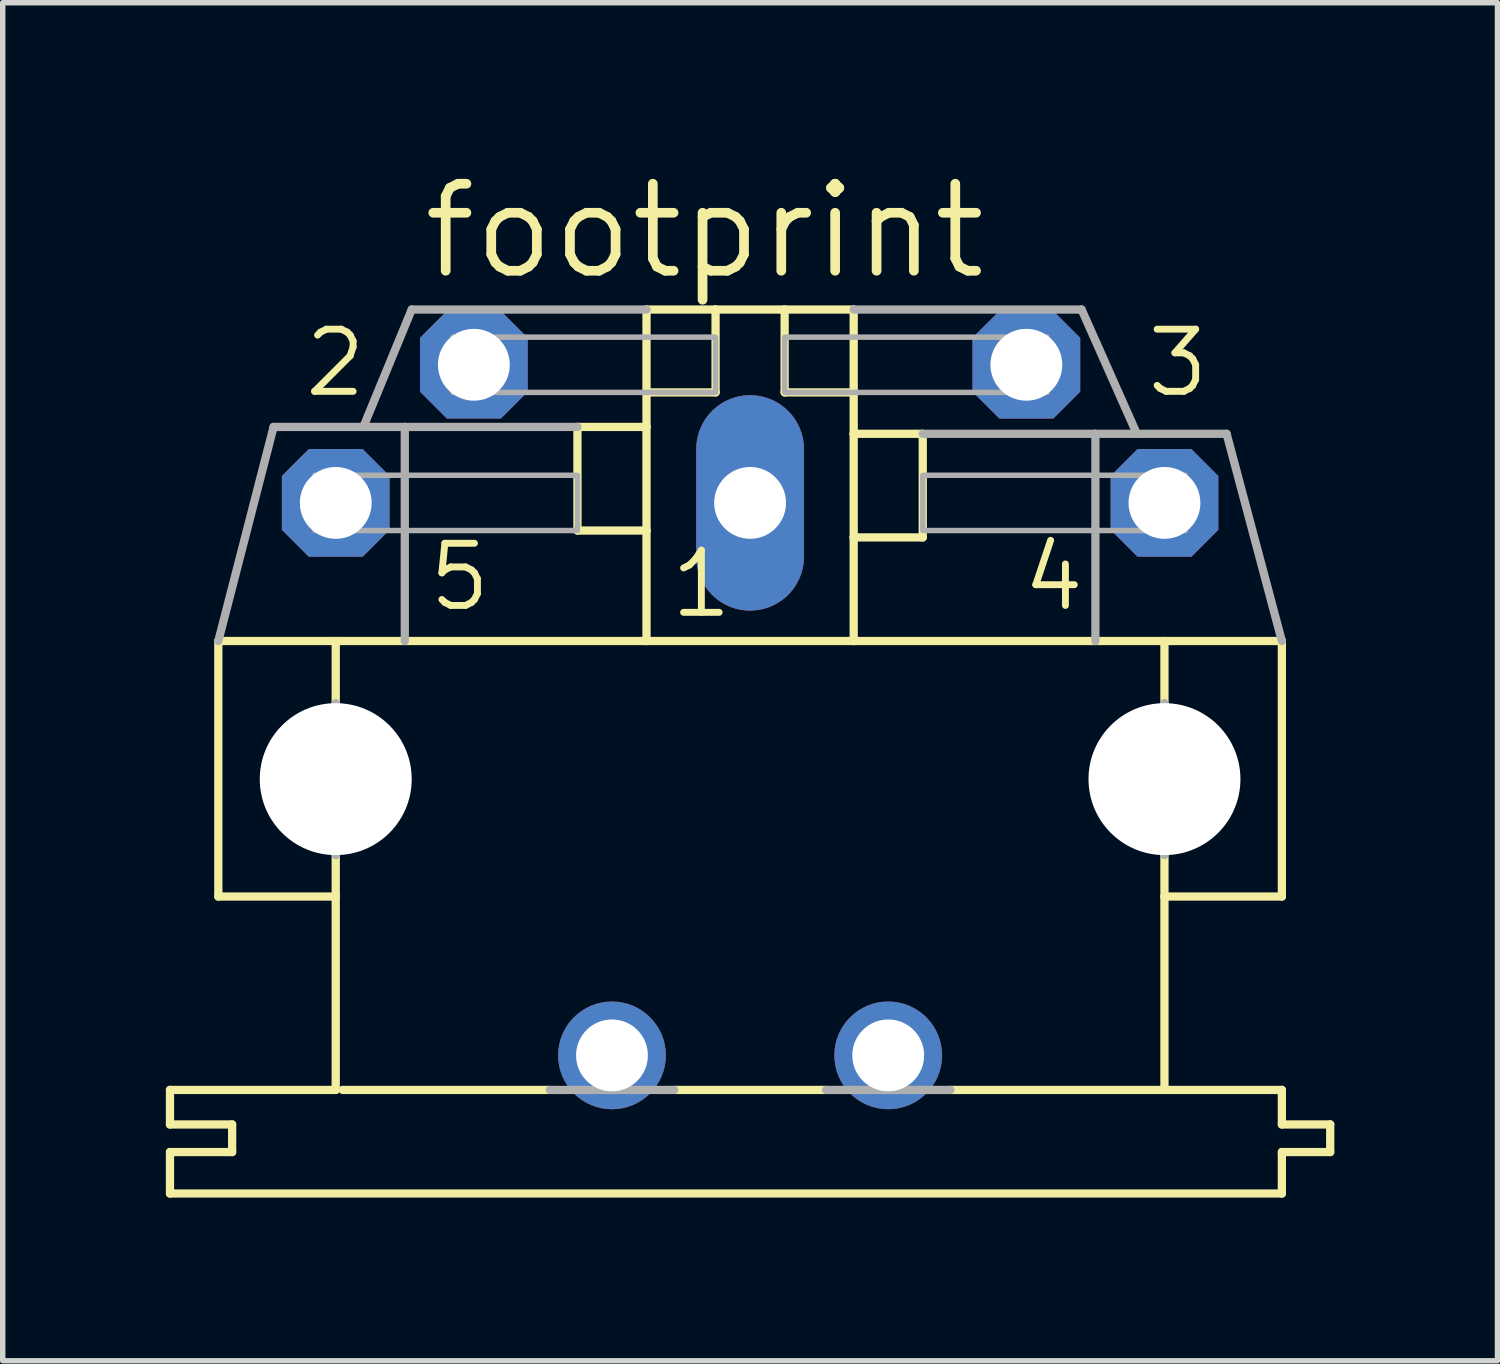
<source format=kicad_pcb>
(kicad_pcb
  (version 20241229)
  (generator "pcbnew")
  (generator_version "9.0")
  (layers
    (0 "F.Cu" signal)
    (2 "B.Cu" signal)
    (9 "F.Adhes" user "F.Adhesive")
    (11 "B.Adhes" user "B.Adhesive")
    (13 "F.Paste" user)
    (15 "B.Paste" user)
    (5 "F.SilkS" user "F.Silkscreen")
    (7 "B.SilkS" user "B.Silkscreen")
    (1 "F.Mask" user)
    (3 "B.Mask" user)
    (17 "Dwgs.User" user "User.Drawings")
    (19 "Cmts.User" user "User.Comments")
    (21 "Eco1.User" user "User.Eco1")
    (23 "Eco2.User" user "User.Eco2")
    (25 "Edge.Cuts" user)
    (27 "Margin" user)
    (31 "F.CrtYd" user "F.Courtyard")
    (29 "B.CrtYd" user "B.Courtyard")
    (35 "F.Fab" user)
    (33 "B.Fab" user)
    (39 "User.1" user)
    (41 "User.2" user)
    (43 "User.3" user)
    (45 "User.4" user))
  (footprint "footprint"
    (layer "F.Cu")
    (at 10.744 11.278)
    (property "Reference" "footprint" (at -6.096 -9.144 0) (layer "F.SilkS") (effects (font (size 1.6 1.6) (thickness 0.178)) (justify left bottom)))
    (fp_line (start -10.668 6.35) (end -10.668 5.715) (stroke (width 0.152) (type solid)) (layer "F.SilkS"))
    (fp_line (start -10.668 6.35) (end -9.525 6.35) (stroke (width 0.152) (type solid)) (layer "F.SilkS"))
    (fp_line (start -10.668 7.62) (end -10.668 6.858) (stroke (width 0.152) (type solid)) (layer "F.SilkS"))
    (fp_line (start -10.668 7.62) (end 9.779 7.62) (stroke (width 0.152) (type solid)) (layer "F.SilkS"))
    (fp_line (start -9.779 2.159) (end -9.779 -2.54) (stroke (width 0.152) (type solid)) (layer "F.SilkS"))
    (fp_line (start -9.779 2.159) (end -7.62 2.159) (stroke (width 0.152) (type solid)) (layer "F.SilkS"))
    (fp_line (start -9.525 6.858) (end -10.668 6.858) (stroke (width 0.152) (type solid)) (layer "F.SilkS"))
    (fp_line (start -9.525 6.858) (end -9.525 6.35) (stroke (width 0.152) (type solid)) (layer "F.SilkS"))
    (fp_line (start -7.62 -2.54) (end -9.779 -2.54) (stroke (width 0.152) (type solid)) (layer "F.SilkS"))
    (fp_line (start -7.62 -2.54) (end -7.62 -1.397) (stroke (width 0.152) (type solid)) (layer "F.SilkS"))
    (fp_line (start -7.62 2.159) (end -7.62 1.397) (stroke (width 0.152) (type solid)) (layer "F.SilkS"))
    (fp_line (start -7.62 5.715) (end -10.668 5.715) (stroke (width 0.152) (type solid)) (layer "F.SilkS"))
    (fp_line (start -7.62 5.715) (end -7.62 2.159) (stroke (width 0.152) (type solid)) (layer "F.SilkS"))
    (fp_line (start -7.493 5.715) (end -3.683 5.715) (stroke (width 0.152) (type solid)) (layer "F.SilkS"))
    (fp_line (start -3.175 -6.477) (end -3.175 -4.572) (stroke (width 0.152) (type solid)) (layer "F.SilkS"))
    (fp_line (start -1.905 -8.636) (end -1.905 -7.112) (stroke (width 0.152) (type solid)) (layer "F.SilkS"))
    (fp_line (start -1.905 -7.112) (end -1.905 -6.477) (stroke (width 0.152) (type solid)) (layer "F.SilkS"))
    (fp_line (start -1.905 -7.112) (end -0.635 -7.112) (stroke (width 0.152) (type solid)) (layer "F.SilkS"))
    (fp_line (start -1.905 -6.477) (end -3.175 -6.477) (stroke (width 0.152) (type solid)) (layer "F.SilkS"))
    (fp_line (start -1.905 -6.477) (end -1.905 -4.572) (stroke (width 0.152) (type solid)) (layer "F.SilkS"))
    (fp_line (start -1.905 -4.572) (end -3.175 -4.572) (stroke (width 0.152) (type solid)) (layer "F.SilkS"))
    (fp_line (start -1.905 -4.572) (end -1.905 -2.54) (stroke (width 0.152) (type solid)) (layer "F.SilkS"))
    (fp_line (start -1.905 -2.54) (end -7.62 -2.54) (stroke (width 0.152) (type solid)) (layer "F.SilkS"))
    (fp_line (start -1.397 5.715) (end 1.397 5.715) (stroke (width 0.152) (type solid)) (layer "F.SilkS"))
    (fp_line (start -0.635 -8.636) (end -1.905 -8.636) (stroke (width 0.152) (type solid)) (layer "F.SilkS"))
    (fp_line (start -0.635 -8.636) (end -0.635 -7.112) (stroke (width 0.152) (type solid)) (layer "F.SilkS"))
    (fp_line (start 0.635 -8.636) (end -0.635 -8.636) (stroke (width 0.152) (type solid)) (layer "F.SilkS"))
    (fp_line (start 0.635 -8.636) (end 0.635 -7.112) (stroke (width 0.152) (type solid)) (layer "F.SilkS"))
    (fp_line (start 1.905 -8.636) (end 0.635 -8.636) (stroke (width 0.152) (type solid)) (layer "F.SilkS"))
    (fp_line (start 1.905 -8.636) (end 1.905 -7.112) (stroke (width 0.152) (type solid)) (layer "F.SilkS"))
    (fp_line (start 1.905 -7.112) (end 0.635 -7.112) (stroke (width 0.152) (type solid)) (layer "F.SilkS"))
    (fp_line (start 1.905 -7.112) (end 1.905 -6.35) (stroke (width 0.152) (type solid)) (layer "F.SilkS"))
    (fp_line (start 1.905 -6.35) (end 1.905 -4.445) (stroke (width 0.152) (type solid)) (layer "F.SilkS"))
    (fp_line (start 1.905 -4.445) (end 1.905 -2.54) (stroke (width 0.152) (type solid)) (layer "F.SilkS"))
    (fp_line (start 1.905 -4.445) (end 3.175 -4.445) (stroke (width 0.152) (type solid)) (layer "F.SilkS"))
    (fp_line (start 1.905 -2.54) (end -1.905 -2.54) (stroke (width 0.152) (type solid)) (layer "F.SilkS"))
    (fp_line (start 3.175 -6.35) (end 1.905 -6.35) (stroke (width 0.152) (type solid)) (layer "F.SilkS"))
    (fp_line (start 3.175 -6.35) (end 3.175 -4.445) (stroke (width 0.152) (type solid)) (layer "F.SilkS"))
    (fp_line (start 3.683 5.715) (end 7.62 5.715) (stroke (width 0.152) (type solid)) (layer "F.SilkS"))
    (fp_line (start 7.62 -2.54) (end 1.905 -2.54) (stroke (width 0.152) (type solid)) (layer "F.SilkS"))
    (fp_line (start 7.62 -2.54) (end 7.62 -1.397) (stroke (width 0.152) (type solid)) (layer "F.SilkS"))
    (fp_line (start 7.62 2.159) (end 7.62 1.397) (stroke (width 0.152) (type solid)) (layer "F.SilkS"))
    (fp_line (start 7.62 5.715) (end 7.62 2.159) (stroke (width 0.152) (type solid)) (layer "F.SilkS"))
    (fp_line (start 9.779 -2.54) (end 7.62 -2.54) (stroke (width 0.152) (type solid)) (layer "F.SilkS"))
    (fp_line (start 9.779 2.159) (end 7.62 2.159) (stroke (width 0.152) (type solid)) (layer "F.SilkS"))
    (fp_line (start 9.779 2.159) (end 9.779 -2.54) (stroke (width 0.152) (type solid)) (layer "F.SilkS"))
    (fp_line (start 9.779 5.715) (end 7.62 5.715) (stroke (width 0.152) (type solid)) (layer "F.SilkS"))
    (fp_line (start 9.779 5.715) (end 9.779 6.35) (stroke (width 0.152) (type solid)) (layer "F.SilkS"))
    (fp_line (start 9.779 7.62) (end 9.779 6.858) (stroke (width 0.152) (type solid)) (layer "F.SilkS"))
    (fp_line (start 10.668 6.35) (end 9.779 6.35) (stroke (width 0.152) (type solid)) (layer "F.SilkS"))
    (fp_line (start 10.668 6.858) (end 9.779 6.858) (stroke (width 0.152) (type solid)) (layer "F.SilkS"))
    (fp_line (start 10.668 6.858) (end 10.668 6.35) (stroke (width 0.152) (type solid)) (layer "F.SilkS"))
    (fp_line (start -8.763 -6.477) (end -9.779 -2.54) (stroke (width 0.152) (type solid)) (layer "F.Fab"))
    (fp_line (start -8.763 -6.477) (end -7.112 -6.477) (stroke (width 0.152) (type solid)) (layer "F.Fab"))
    (fp_line (start -7.62 -1.397) (end -7.62 1.397) (stroke (width 0.152) (type solid)) (layer "F.Fab"))
    (fp_line (start -7.112 -6.477) (end -6.223 -8.636) (stroke (width 0.152) (type solid)) (layer "F.Fab"))
    (fp_line (start -6.35 -6.477) (end -7.112 -6.477) (stroke (width 0.152) (type solid)) (layer "F.Fab"))
    (fp_line (start -6.35 -6.477) (end -6.35 -2.54) (stroke (width 0.152) (type solid)) (layer "F.Fab"))
    (fp_line (start -3.175 -6.477) (end -6.35 -6.477) (stroke (width 0.152) (type solid)) (layer "F.Fab"))
    (fp_line (start -1.905 -8.636) (end -6.223 -8.636) (stroke (width 0.152) (type solid)) (layer "F.Fab"))
    (fp_line (start -1.397 5.715) (end -3.683 5.715) (stroke (width 0.152) (type solid)) (layer "F.Fab"))
    (fp_line (start 3.683 5.715) (end 1.397 5.715) (stroke (width 0.152) (type solid)) (layer "F.Fab"))
    (fp_line (start 6.096 -8.636) (end 1.905 -8.636) (stroke (width 0.152) (type solid)) (layer "F.Fab"))
    (fp_line (start 6.096 -8.636) (end 7.112 -6.35) (stroke (width 0.152) (type solid)) (layer "F.Fab"))
    (fp_line (start 6.35 -6.35) (end 3.175 -6.35) (stroke (width 0.152) (type solid)) (layer "F.Fab"))
    (fp_line (start 6.35 -6.35) (end 6.35 -2.54) (stroke (width 0.152) (type solid)) (layer "F.Fab"))
    (fp_line (start 7.112 -6.35) (end 6.35 -6.35) (stroke (width 0.152) (type solid)) (layer "F.Fab"))
    (fp_line (start 7.62 -1.397) (end 7.62 1.397) (stroke (width 0.152) (type solid)) (layer "F.Fab"))
    (fp_line (start 8.763 -6.35) (end 7.112 -6.35) (stroke (width 0.152) (type solid)) (layer "F.Fab"))
    (fp_line (start 8.763 -6.35) (end 9.779 -2.54) (stroke (width 0.152) (type solid)) (layer "F.Fab"))
    (fp_poly (pts (xy -8.001 -4.572) (xy -3.175 -4.572) (xy -3.175 -5.588) (xy -8.001 -5.588)) (stroke (width 0.1) (type solid)) (fill no) (layer "F.Fab"))
    (fp_poly (pts (xy -5.461 -7.112) (xy -0.635 -7.112) (xy -0.635 -8.128) (xy -5.461 -8.128)) (stroke (width 0.1) (type solid)) (fill no) (layer "F.Fab"))
    (fp_poly (pts (xy 0.635 -7.112) (xy 5.461 -7.112) (xy 5.461 -8.128) (xy 0.635 -8.128)) (stroke (width 0.1) (type solid)) (fill no) (layer "F.Fab"))
    (fp_poly (pts (xy 3.175 -4.572) (xy 8.001 -4.572) (xy 8.001 -5.588) (xy 3.175 -5.588)) (stroke (width 0.1) (type solid)) (fill no) (layer "F.Fab"))
    (fp_text user "1" (at -1.524 -2.921 0) (layer "F.SilkS") (effects (font (size 1.143 1.143) (thickness 0.127)) (justify left bottom)))
    (fp_text user "4" (at 4.953 -3.048 0) (layer "F.SilkS") (effects (font (size 1.143 1.143) (thickness 0.127)) (justify left bottom)))
    (fp_text user "2" (at -8.255 -6.985 0) (layer "F.SilkS") (effects (font (size 1.143 1.143) (thickness 0.127)) (justify left bottom)))
    (fp_text user "3" (at 7.239 -6.985 0) (layer "F.SilkS") (effects (font (size 1.143 1.143) (thickness 0.127)) (justify left bottom)))
    (fp_text user "5" (at -5.969 -3.048 0) (layer "F.SilkS") (effects (font (size 1.143 1.143) (thickness 0.127)) (justify left bottom)))
    (pad "" np_thru_hole circle (at -7.62 0) (size 2.794 2.794) (drill 2.794) (layers "*.Cu" "*.Mask"))
    (pad "" np_thru_hole circle (at 7.62 0) (size 2.794 2.794) (drill 2.794) (layers "*.Cu" "*.Mask"))
    (pad "1" thru_hole oval (at 0 -5.08 90) (size 3.962 1.981) (drill 1.321) (layers "*.Cu" "*.Mask"))
    (pad "2" thru_hole roundrect (at -5.08 -7.62) (size 1.981 1.981) (drill 1.321) (layers "*.Cu" "*.Mask") (roundrect_rratio 0.25) (chamfer_ratio 0.25) (chamfer top_left top_right bottom_left bottom_right))
    (pad "3" thru_hole roundrect (at 5.08 -7.62) (size 1.981 1.981) (drill 1.321) (layers "*.Cu" "*.Mask") (roundrect_rratio 0.25) (chamfer_ratio 0.25) (chamfer top_left top_right bottom_left bottom_right))
    (pad "4" thru_hole roundrect (at 7.62 -5.08) (size 1.981 1.981) (drill 1.321) (layers "*.Cu" "*.Mask") (roundrect_rratio 0.25) (chamfer_ratio 0.25) (chamfer top_left top_right bottom_left bottom_right))
    (pad "5" thru_hole roundrect (at -7.62 -5.08) (size 1.981 1.981) (drill 1.321) (layers "*.Cu" "*.Mask") (roundrect_rratio 0.25) (chamfer_ratio 0.25) (chamfer top_left top_right bottom_left bottom_right))
    (pad "PE" thru_hole circle (at -2.54 5.08) (size 1.981 1.981) (drill 1.321) (layers "*.Cu" "*.Mask"))
    (pad "PE@" thru_hole circle (at 2.54 5.08) (size 1.981 1.981) (drill 1.321) (layers "*.Cu" "*.Mask")))
  (gr_rect
    (start -3 -3)
    (end 24.488 21.974)
    (stroke (width 0.1) (type default))
    (fill no)
    (layer "Edge.Cuts")))
</source>
